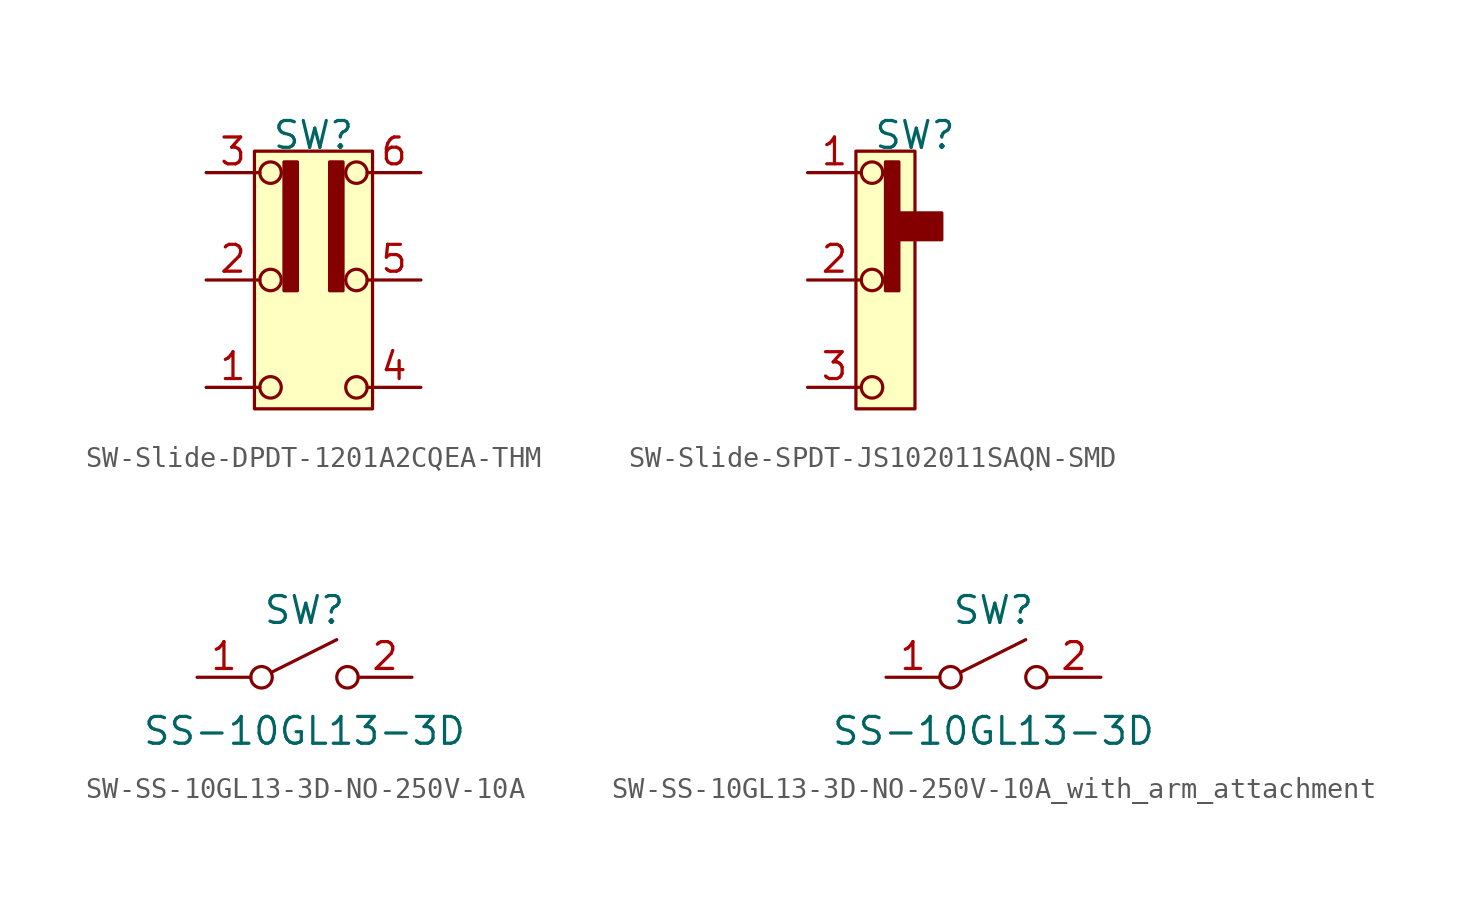
<source format=kicad_sym>
(kicad_symbol_lib
  (version 20241209)
  (generator "kicad_symbol_editor")
  (generator_version "9.0")
  (symbol "SW-Slide-DPDT-1201A2CQEA-THM"
    (pin_names
      (offset 0)
      (hide yes))
    (property "Reference" "SW"
      (at 0 6.858 0)
      (effects (font (size 1.27 1.27))))
    (symbol "SW-Slide-DPDT-1201A2CQEA-THM_0_0"
      (circle (center -2.032 5.08) (radius 0.508) (stroke (width 0) (type default)) (fill (type none)))
      (circle (center -2.032 -5.08) (radius 0.508) (stroke (width 0) (type default)) (fill (type none)))
      (circle (center 2.032 0) (radius 0.508) (stroke (width 0) (type default)) (fill (type none)))
      (circle (center 2.032 -5.08) (radius 0.508) (stroke (width 0) (type default)) (fill (type none))))
    (symbol "SW-Slide-DPDT-1201A2CQEA-THM_0_1"
      (circle (center -2.032 0) (radius 0.508) (stroke (width 0) (type default)) (fill (type none)))
      (circle (center 2.032 5.08) (radius 0.508) (stroke (width 0) (type default)) (fill (type none))))
    (symbol "SW-Slide-DPDT-1201A2CQEA-THM_1_1"
      (rectangle (start -2.794 6.096) (end 2.794 -6.096) (stroke (width 0) (type solid)) (fill (type background)))
      (rectangle (start -1.397 5.588) (end -0.762 -0.508) (stroke (width 0) (type default)) (fill (type outline)))
      (rectangle (start 0.762 5.588) (end 1.397 -0.508) (stroke (width 0) (type default)) (fill (type outline)))
      (pin passive line (at -5.08 5.08 0) (length 2.54) (name "A" (effects (font (size 1.27 1.27)))) (number "3" (effects (font (size 1.27 1.27)))))
      (pin passive line (at -5.08 0 0) (length 2.54) (name "2" (effects (font (size 1.27 1.27)))) (number "2" (effects (font (size 1.27 1.27)))))
      (pin passive line (at -5.08 -5.08 0) (length 2.54) (name "1" (effects (font (size 1.27 1.27)))) (number "1" (effects (font (size 1.27 1.27)))))
      (pin passive line (at 5.08 5.08 180) (length 2.54) (name "6" (effects (font (size 1.27 1.27)))) (number "6" (effects (font (size 1.27 1.27)))))
      (pin passive line (at 5.08 0 180) (length 2.54) (name "5" (effects (font (size 1.27 1.27)))) (number "5" (effects (font (size 1.27 1.27)))))
      (pin passive line (at 5.08 -5.08 180) (length 2.54) (name "4" (effects (font (size 1.27 1.27)))) (number "4" (effects (font (size 1.27 1.27)))))))
  (symbol "SW-Slide-SPDT-JS102011SAQN-SMD"
    (pin_names
      (offset 0)
      (hide yes))
    (property "Reference" "SW"
      (at 0 6.858 0)
      (effects (font (size 1.27 1.27))))
    (symbol "SW-Slide-SPDT-JS102011SAQN-SMD_0_0"
      (circle (center -2.032 5.08) (radius 0.508) (stroke (width 0) (type default)) (fill (type none)))
      (circle (center -2.032 -5.08) (radius 0.508) (stroke (width 0) (type default)) (fill (type none))))
    (symbol "SW-Slide-SPDT-JS102011SAQN-SMD_0_1"
      (circle (center -2.032 0) (radius 0.508) (stroke (width 0) (type default)) (fill (type none))))
    (symbol "SW-Slide-SPDT-JS102011SAQN-SMD_1_1"
      (rectangle (start -2.794 6.096) (end 0 -6.096) (stroke (width 0) (type solid)) (fill (type background)))
      (rectangle (start -1.397 5.588) (end -0.762 -0.508) (stroke (width 0) (type default)) (fill (type outline)))
      (rectangle (start -1.27 3.175) (end 1.27 1.905) (stroke (width 0) (type default)) (fill (type outline)))
      (pin passive line (at -5.08 5.08 0) (length 2.54) (name "1" (effects (font (size 1.27 1.27)))) (number "1" (effects (font (size 1.27 1.27)))))
      (pin passive line (at -5.08 0 0) (length 2.54) (name "2" (effects (font (size 1.27 1.27)))) (number "2" (effects (font (size 1.27 1.27)))))
      (pin passive line (at -5.08 -5.08 0) (length 2.54) (name "3" (effects (font (size 1.27 1.27)))) (number "3" (effects (font (size 1.27 1.27)))))))
  (symbol "SW-SS-10GL13-3D-NO-250V-10A"
    (pin_names
      (offset 0)
      (hide yes))
    (property "Reference" "SW"
      (at 0 3.175 0)
      (effects (font (size 1.27 1.27))))
    (property "Value" "SS-10GL13-3D"
      (at 0 -2.54 0)
      (effects (font (size 1.27 1.27))))
    (symbol "SW-SS-10GL13-3D-NO-250V-10A_0_0"
      (circle (center -2.032 0) (radius 0.508) (stroke (width 0) (type default)) (fill (type none)))
      (polyline (pts (xy -1.524 0.254) (xy 1.524 1.778)) (stroke (width 0) (type default)) (fill (type none)))
      (circle (center 2.032 0) (radius 0.508) (stroke (width 0) (type default)) (fill (type none))))
    (symbol "SW-SS-10GL13-3D-NO-250V-10A_1_1"
      (pin passive line (at -5.08 0 0) (length 2.54) (name "A" (effects (font (size 1.27 1.27)))) (number "1" (effects (font (size 1.27 1.27)))))
      (pin passive line (at 5.08 0 180) (length 2.54) (name "B" (effects (font (size 1.27 1.27)))) (number "2" (effects (font (size 1.27 1.27)))))))
  (symbol "SW-SS-10GL13-3D-NO-250V-10A_with_arm_attachment"
    (pin_names
      (offset 0)
      (hide yes))
    (property "Reference" "SW"
      (at 0 3.175 0)
      (effects (font (size 1.27 1.27))))
    (property "Value" "SS-10GL13-3D"
      (at 0 -2.54 0)
      (effects (font (size 1.27 1.27))))
    (symbol "SW-SS-10GL13-3D-NO-250V-10A_with_arm_attachment_0_0"
      (circle (center -2.032 0) (radius 0.508) (stroke (width 0) (type default)) (fill (type none)))
      (polyline (pts (xy -1.524 0.254) (xy 1.524 1.778)) (stroke (width 0) (type default)) (fill (type none)))
      (circle (center 2.032 0) (radius 0.508) (stroke (width 0) (type default)) (fill (type none))))
    (symbol "SW-SS-10GL13-3D-NO-250V-10A_with_arm_attachment_1_1"
      (pin passive line (at -5.08 0 0) (length 2.54) (name "A" (effects (font (size 1.27 1.27)))) (number "1" (effects (font (size 1.27 1.27)))))
      (pin passive line (at 5.08 0 180) (length 2.54) (name "B" (effects (font (size 1.27 1.27)))) (number "2" (effects (font (size 1.27 1.27))))))))
</source>
